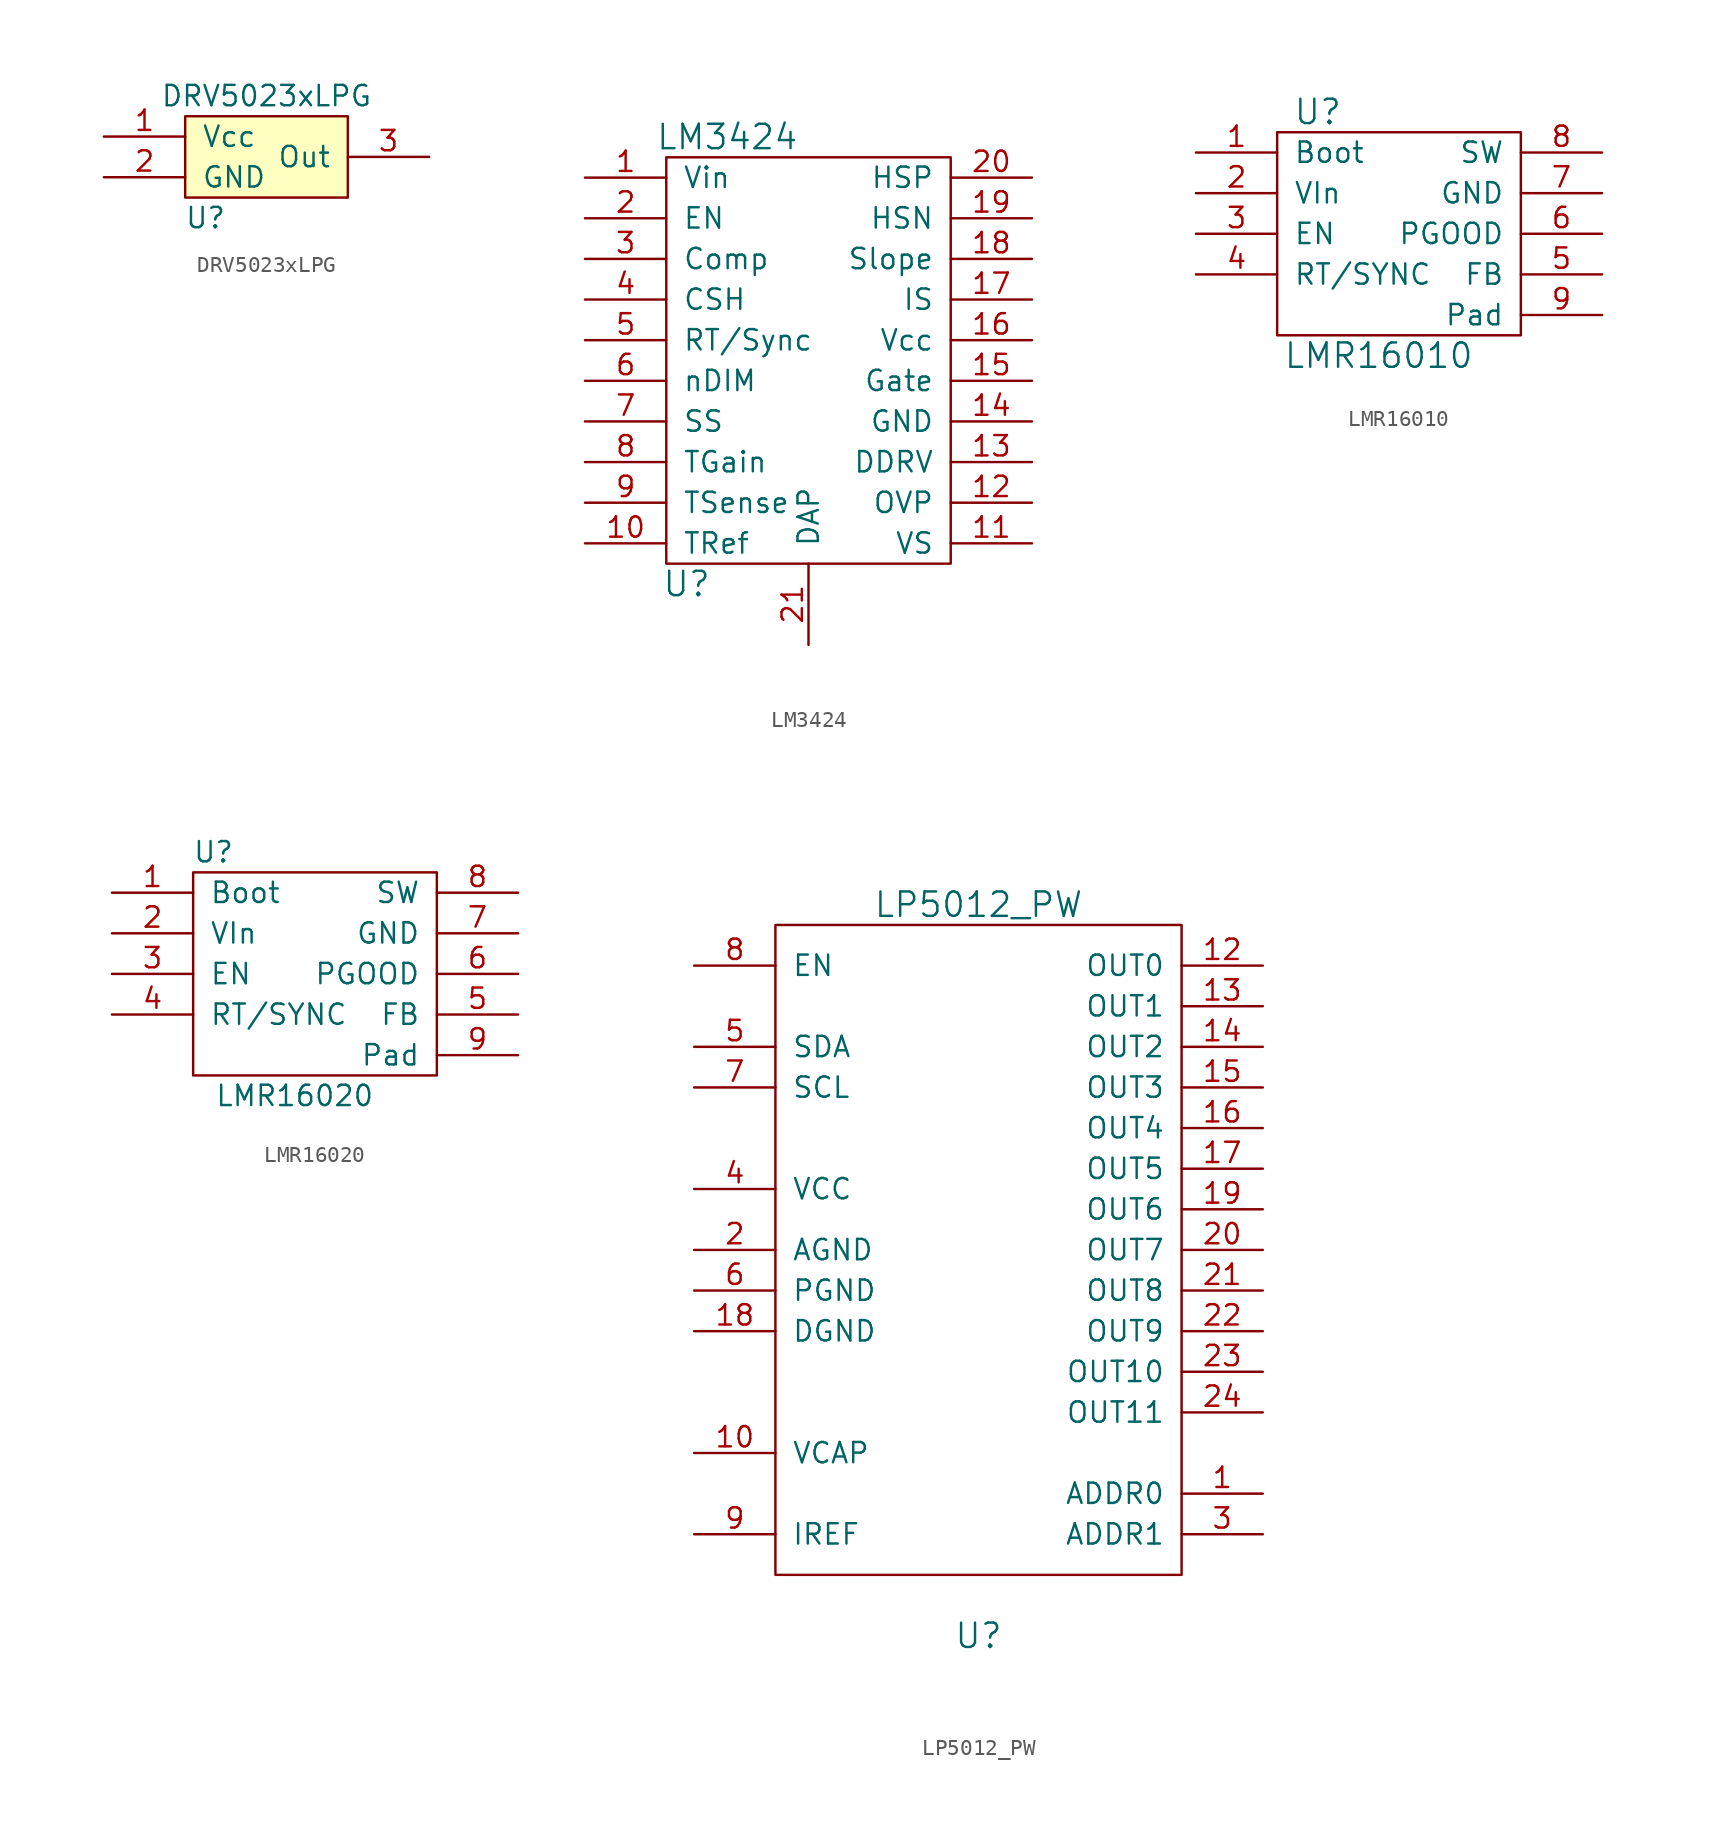
<source format=kicad_sym>
(kicad_symbol_lib
  (version 20211014)
  (generator kicad_symbol_editor)
  (symbol "DRV5023xLPG"
    (pin_names
      (offset 1.016))
    (property "Reference" "U"
      (at -3.81 -3.81 0)
      (effects (font (size 1.27 1.27))))
    (property "Value" "DRV5023xLPG"
      (at 0 3.81 0)
      (effects (font (size 1.27 1.27))))
    (symbol "DRV5023xLPG_0_1"
      (rectangle (start -5.08 2.54) (end 5.08 -2.54) (stroke (width 0) (type default) (color 0 0 0 0)) (fill (type background))))
    (symbol "DRV5023xLPG_1_1"
      (pin power_in line (at -10.16 1.27 0) (length 5.08) (name "Vcc" (effects (font (size 1.27 1.27)))) (number "1" (effects (font (size 1.27 1.27)))))
      (pin power_in line (at -10.16 -1.27 0) (length 5.08) (name "GND" (effects (font (size 1.27 1.27)))) (number "2" (effects (font (size 1.27 1.27)))))
      (pin open_collector line (at 10.16 0 180) (length 5.08) (name "Out" (effects (font (size 1.27 1.27)))) (number "3" (effects (font (size 1.27 1.27)))))))
  (symbol "LM3424"
    (pin_names
      (offset 1.016))
    (property "Reference" "U"
      (at -7.62 -13.97 0)
      (effects (font (size 1.524 1.524))))
    (property "Value" "LM3424"
      (at -5.08 13.97 0)
      (effects (font (size 1.524 1.524))))
    (symbol "LM3424_0_1"
      (rectangle (start -8.89 12.7) (end 8.89 -12.7) (stroke (width 0) (type default) (color 0 0 0 0)) (fill (type none))))
    (symbol "LM3424_1_1"
      (pin input line (at -13.97 11.43 0) (length 5.08) (name "Vin" (effects (font (size 1.27 1.27)))) (number "1" (effects (font (size 1.27 1.27)))))
      (pin input line (at -13.97 -11.43 0) (length 5.08) (name "TRef" (effects (font (size 1.27 1.27)))) (number "10" (effects (font (size 1.27 1.27)))))
      (pin input line (at 13.97 -11.43 180) (length 5.08) (name "VS" (effects (font (size 1.27 1.27)))) (number "11" (effects (font (size 1.27 1.27)))))
      (pin input line (at 13.97 -8.89 180) (length 5.08) (name "OVP" (effects (font (size 1.27 1.27)))) (number "12" (effects (font (size 1.27 1.27)))))
      (pin input line (at 13.97 -6.35 180) (length 5.08) (name "DDRV" (effects (font (size 1.27 1.27)))) (number "13" (effects (font (size 1.27 1.27)))))
      (pin input line (at 13.97 -3.81 180) (length 5.08) (name "GND" (effects (font (size 1.27 1.27)))) (number "14" (effects (font (size 1.27 1.27)))))
      (pin input line (at 13.97 -1.27 180) (length 5.08) (name "Gate" (effects (font (size 1.27 1.27)))) (number "15" (effects (font (size 1.27 1.27)))))
      (pin input line (at 13.97 1.27 180) (length 5.08) (name "Vcc" (effects (font (size 1.27 1.27)))) (number "16" (effects (font (size 1.27 1.27)))))
      (pin input line (at 13.97 3.81 180) (length 5.08) (name "IS" (effects (font (size 1.27 1.27)))) (number "17" (effects (font (size 1.27 1.27)))))
      (pin input line (at 13.97 6.35 180) (length 5.08) (name "Slope" (effects (font (size 1.27 1.27)))) (number "18" (effects (font (size 1.27 1.27)))))
      (pin input line (at 13.97 8.89 180) (length 5.08) (name "HSN" (effects (font (size 1.27 1.27)))) (number "19" (effects (font (size 1.27 1.27)))))
      (pin input line (at -13.97 8.89 0) (length 5.08) (name "EN" (effects (font (size 1.27 1.27)))) (number "2" (effects (font (size 1.27 1.27)))))
      (pin input line (at 13.97 11.43 180) (length 5.08) (name "HSP" (effects (font (size 1.27 1.27)))) (number "20" (effects (font (size 1.27 1.27)))))
      (pin input line (at 0 -17.78 90) (length 5.08) (name "DAP" (effects (font (size 1.27 1.27)))) (number "21" (effects (font (size 1.27 1.27)))))
      (pin input line (at -13.97 6.35 0) (length 5.08) (name "Comp" (effects (font (size 1.27 1.27)))) (number "3" (effects (font (size 1.27 1.27)))))
      (pin input line (at -13.97 3.81 0) (length 5.08) (name "CSH" (effects (font (size 1.27 1.27)))) (number "4" (effects (font (size 1.27 1.27)))))
      (pin input line (at -13.97 1.27 0) (length 5.08) (name "RT/Sync" (effects (font (size 1.27 1.27)))) (number "5" (effects (font (size 1.27 1.27)))))
      (pin input line (at -13.97 -1.27 0) (length 5.08) (name "nDIM" (effects (font (size 1.27 1.27)))) (number "6" (effects (font (size 1.27 1.27)))))
      (pin input line (at -13.97 -3.81 0) (length 5.08) (name "SS" (effects (font (size 1.27 1.27)))) (number "7" (effects (font (size 1.27 1.27)))))
      (pin input line (at -13.97 -6.35 0) (length 5.08) (name "TGain" (effects (font (size 1.27 1.27)))) (number "8" (effects (font (size 1.27 1.27)))))
      (pin input line (at -13.97 -8.89 0) (length 5.08) (name "TSense" (effects (font (size 1.27 1.27)))) (number "9" (effects (font (size 1.27 1.27)))))))
  (symbol "LMR16010"
    (pin_names
      (offset 1.016))
    (property "Reference" "U"
      (at -5.08 7.62 0)
      (effects (font (size 1.524 1.524))))
    (property "Value" "LMR16010"
      (at -1.27 -7.62 0)
      (effects (font (size 1.524 1.524))))
    (symbol "LMR16010_0_1"
      (rectangle (start -7.62 6.35) (end 7.62 -6.35) (stroke (width 0) (type default) (color 0 0 0 0)) (fill (type none))))
    (symbol "LMR16010_1_1"
      (pin output line (at -12.7 5.08 0) (length 5.08) (name "Boot" (effects (font (size 1.27 1.27)))) (number "1" (effects (font (size 1.27 1.27)))))
      (pin power_in line (at -12.7 2.54 0) (length 5.08) (name "VIn" (effects (font (size 1.27 1.27)))) (number "2" (effects (font (size 1.27 1.27)))))
      (pin input line (at -12.7 0 0) (length 5.08) (name "EN" (effects (font (size 1.27 1.27)))) (number "3" (effects (font (size 1.27 1.27)))))
      (pin input line (at -12.7 -2.54 0) (length 5.08) (name "RT/SYNC" (effects (font (size 1.27 1.27)))) (number "4" (effects (font (size 1.27 1.27)))))
      (pin input line (at 12.7 -2.54 180) (length 5.08) (name "FB" (effects (font (size 1.27 1.27)))) (number "5" (effects (font (size 1.27 1.27)))))
      (pin output line (at 12.7 0 180) (length 5.08) (name "PGOOD" (effects (font (size 1.27 1.27)))) (number "6" (effects (font (size 1.27 1.27)))))
      (pin power_in line (at 12.7 2.54 180) (length 5.08) (name "GND" (effects (font (size 1.27 1.27)))) (number "7" (effects (font (size 1.27 1.27)))))
      (pin power_out line (at 12.7 5.08 180) (length 5.08) (name "SW" (effects (font (size 1.27 1.27)))) (number "8" (effects (font (size 1.27 1.27)))))
      (pin power_in line (at 12.7 -5.08 180) (length 5.08) (name "Pad" (effects (font (size 1.27 1.27)))) (number "9" (effects (font (size 1.27 1.27)))))))
  (symbol "LMR16020"
    (pin_names
      (offset 1.016))
    (property "Reference" "U"
      (at -7.62 7.62 0)
      (effects (font (size 1.27 1.27))))
    (property "Value" "LMR16020"
      (at -2.54 -7.62 0)
      (effects (font (size 1.27 1.27))))
    (symbol "LMR16020_1_1"
      (rectangle (start -8.89 6.35) (end 6.35 -6.35) (stroke (width 0) (type default) (color 0 0 0 0)) (fill (type none)))
      (pin output line (at -13.97 5.08 0) (length 5.08) (name "Boot" (effects (font (size 1.27 1.27)))) (number "1" (effects (font (size 1.27 1.27)))))
      (pin power_in line (at -13.97 2.54 0) (length 5.08) (name "VIn" (effects (font (size 1.27 1.27)))) (number "2" (effects (font (size 1.27 1.27)))))
      (pin input line (at -13.97 0 0) (length 5.08) (name "EN" (effects (font (size 1.27 1.27)))) (number "3" (effects (font (size 1.27 1.27)))))
      (pin input line (at -13.97 -2.54 0) (length 5.08) (name "RT/SYNC" (effects (font (size 1.27 1.27)))) (number "4" (effects (font (size 1.27 1.27)))))
      (pin input line (at 11.43 -2.54 180) (length 5.08) (name "FB" (effects (font (size 1.27 1.27)))) (number "5" (effects (font (size 1.27 1.27)))))
      (pin output line (at 11.43 0 180) (length 5.08) (name "PGOOD" (effects (font (size 1.27 1.27)))) (number "6" (effects (font (size 1.27 1.27)))))
      (pin power_in line (at 11.43 2.54 180) (length 5.08) (name "GND" (effects (font (size 1.27 1.27)))) (number "7" (effects (font (size 1.27 1.27)))))
      (pin power_out line (at 11.43 5.08 180) (length 5.08) (name "SW" (effects (font (size 1.27 1.27)))) (number "8" (effects (font (size 1.27 1.27)))))
      (pin power_in line (at 11.43 -5.08 180) (length 5.08) (name "Pad" (effects (font (size 1.27 1.27)))) (number "9" (effects (font (size 1.27 1.27)))))))
  (symbol "LP5012_PW"
    (pin_names
      (offset 1.016))
    (property "Reference" "U"
      (at 0 -21.59 0)
      (effects (font (size 1.524 1.524))))
    (property "Value" "LP5012_PW"
      (at 0 24.13 0)
      (effects (font (size 1.524 1.524))))
    (symbol "LP5012_PW_0_1"
      (rectangle (start -12.7 22.86) (end 12.7 -17.78) (stroke (width 0) (type default) (color 0 0 0 0)) (fill (type none))))
    (symbol "LP5012_PW_1_1"
      (pin input line (at 17.78 -12.7 180) (length 5.08) (name "ADDR0" (effects (font (size 1.27 1.27)))) (number "1" (effects (font (size 1.27 1.27)))))
      (pin input line (at -17.78 -10.16 0) (length 5.08) (name "VCAP" (effects (font (size 1.27 1.27)))) (number "10" (effects (font (size 1.27 1.27)))))
      (pin no_connect line (at -17.78 -12.7 0) (length 5.08) hide (name "NC" (effects (font (size 1.27 1.27)))) (number "11" (effects (font (size 1.27 1.27)))))
      (pin input line (at 17.78 20.32 180) (length 5.08) (name "OUT0" (effects (font (size 1.27 1.27)))) (number "12" (effects (font (size 1.27 1.27)))))
      (pin input line (at 17.78 17.78 180) (length 5.08) (name "OUT1" (effects (font (size 1.27 1.27)))) (number "13" (effects (font (size 1.27 1.27)))))
      (pin input line (at 17.78 15.24 180) (length 5.08) (name "OUT2" (effects (font (size 1.27 1.27)))) (number "14" (effects (font (size 1.27 1.27)))))
      (pin input line (at 17.78 12.7 180) (length 5.08) (name "OUT3" (effects (font (size 1.27 1.27)))) (number "15" (effects (font (size 1.27 1.27)))))
      (pin input line (at 17.78 10.16 180) (length 5.08) (name "OUT4" (effects (font (size 1.27 1.27)))) (number "16" (effects (font (size 1.27 1.27)))))
      (pin input line (at 17.78 7.62 180) (length 5.08) (name "OUT5" (effects (font (size 1.27 1.27)))) (number "17" (effects (font (size 1.27 1.27)))))
      (pin input line (at -17.78 -2.54 0) (length 5.08) (name "DGND" (effects (font (size 1.27 1.27)))) (number "18" (effects (font (size 1.27 1.27)))))
      (pin input line (at 17.78 5.08 180) (length 5.08) (name "OUT6" (effects (font (size 1.27 1.27)))) (number "19" (effects (font (size 1.27 1.27)))))
      (pin input line (at -17.78 2.54 0) (length 5.08) (name "AGND" (effects (font (size 1.27 1.27)))) (number "2" (effects (font (size 1.27 1.27)))))
      (pin input line (at 17.78 2.54 180) (length 5.08) (name "OUT7" (effects (font (size 1.27 1.27)))) (number "20" (effects (font (size 1.27 1.27)))))
      (pin input line (at 17.78 0 180) (length 5.08) (name "OUT8" (effects (font (size 1.27 1.27)))) (number "21" (effects (font (size 1.27 1.27)))))
      (pin input line (at 17.78 -2.54 180) (length 5.08) (name "OUT9" (effects (font (size 1.27 1.27)))) (number "22" (effects (font (size 1.27 1.27)))))
      (pin input line (at 17.78 -5.08 180) (length 5.08) (name "OUT10" (effects (font (size 1.27 1.27)))) (number "23" (effects (font (size 1.27 1.27)))))
      (pin input line (at 17.78 -7.62 180) (length 5.08) (name "OUT11" (effects (font (size 1.27 1.27)))) (number "24" (effects (font (size 1.27 1.27)))))
      (pin input line (at 17.78 -15.24 180) (length 5.08) (name "ADDR1" (effects (font (size 1.27 1.27)))) (number "3" (effects (font (size 1.27 1.27)))))
      (pin input line (at -17.78 6.35 0) (length 5.08) (name "VCC" (effects (font (size 1.27 1.27)))) (number "4" (effects (font (size 1.27 1.27)))))
      (pin input line (at -17.78 15.24 0) (length 5.08) (name "SDA" (effects (font (size 1.27 1.27)))) (number "5" (effects (font (size 1.27 1.27)))))
      (pin input line (at -17.78 0 0) (length 5.08) (name "PGND" (effects (font (size 1.27 1.27)))) (number "6" (effects (font (size 1.27 1.27)))))
      (pin input line (at -17.78 12.7 0) (length 5.08) (name "SCL" (effects (font (size 1.27 1.27)))) (number "7" (effects (font (size 1.27 1.27)))))
      (pin input line (at -17.78 20.32 0) (length 5.08) (name "EN" (effects (font (size 1.27 1.27)))) (number "8" (effects (font (size 1.27 1.27)))))
      (pin input line (at -17.78 -15.24 0) (length 5.08) (name "IREF" (effects (font (size 1.27 1.27)))) (number "9" (effects (font (size 1.27 1.27))))))))
</source>
